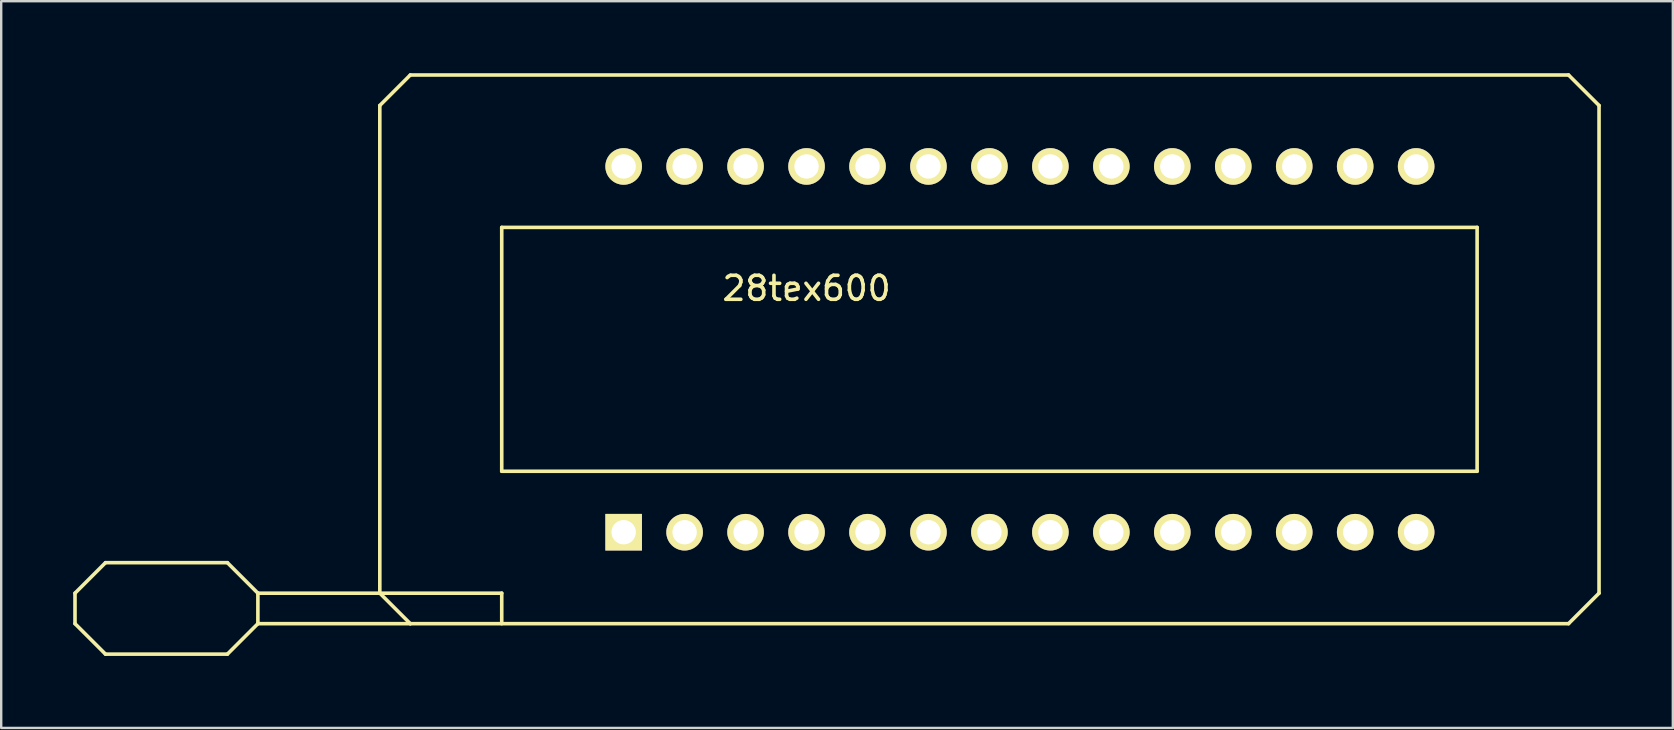
<source format=kicad_pcb>
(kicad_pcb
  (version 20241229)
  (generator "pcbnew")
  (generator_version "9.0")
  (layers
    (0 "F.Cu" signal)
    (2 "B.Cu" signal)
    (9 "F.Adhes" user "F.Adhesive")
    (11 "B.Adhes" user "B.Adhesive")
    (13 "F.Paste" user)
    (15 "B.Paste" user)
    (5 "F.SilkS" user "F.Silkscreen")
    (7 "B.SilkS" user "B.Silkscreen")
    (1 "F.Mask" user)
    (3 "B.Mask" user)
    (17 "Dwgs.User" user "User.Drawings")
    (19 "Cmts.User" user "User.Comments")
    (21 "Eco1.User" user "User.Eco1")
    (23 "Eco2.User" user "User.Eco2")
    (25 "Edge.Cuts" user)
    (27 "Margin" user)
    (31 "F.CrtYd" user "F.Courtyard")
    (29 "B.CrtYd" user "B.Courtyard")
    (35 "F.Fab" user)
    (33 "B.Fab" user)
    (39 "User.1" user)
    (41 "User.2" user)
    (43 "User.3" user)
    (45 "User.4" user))
  (footprint "28tex600"
    (layer "F.Cu")
    (at 38.226 11.505)
    (property "Reference" "28tex600" (at -7.671 -2.54 0) (layer "F.SilkS") (effects (font (size 1 1) (thickness 0.15))))
    (attr through_hole)
    (fp_line (start -38.151 10.16) (end -38.151 11.43) (stroke (width 0.15) (type solid)) (layer "F.SilkS"))
    (fp_line (start -38.151 11.43) (end -36.881 12.7) (stroke (width 0.15) (type solid)) (layer "F.SilkS"))
    (fp_line (start -36.881 8.89) (end -38.151 10.16) (stroke (width 0.15) (type solid)) (layer "F.SilkS"))
    (fp_line (start -31.801 8.89) (end -36.881 8.89) (stroke (width 0.15) (type solid)) (layer "F.SilkS"))
    (fp_line (start -31.801 12.7) (end -36.881 12.7) (stroke (width 0.15) (type solid)) (layer "F.SilkS"))
    (fp_line (start -31.801 12.7) (end -30.531 11.43) (stroke (width 0.15) (type solid)) (layer "F.SilkS"))
    (fp_line (start -30.531 10.16) (end -31.801 8.89) (stroke (width 0.15) (type solid)) (layer "F.SilkS"))
    (fp_line (start -30.531 10.16) (end -20.371 10.16) (stroke (width 0.15) (type solid)) (layer "F.SilkS"))
    (fp_line (start -30.531 11.43) (end -30.531 10.16) (stroke (width 0.15) (type solid)) (layer "F.SilkS"))
    (fp_line (start -30.531 11.43) (end -24.181 11.43) (stroke (width 0.15) (type solid)) (layer "F.SilkS"))
    (fp_line (start -25.451 -10.16) (end -25.451 10.16) (stroke (width 0.15) (type solid)) (layer "F.SilkS"))
    (fp_line (start -25.451 10.16) (end -24.181 11.43) (stroke (width 0.15) (type solid)) (layer "F.SilkS"))
    (fp_line (start -24.181 -11.43) (end -25.451 -10.16) (stroke (width 0.15) (type solid)) (layer "F.SilkS"))
    (fp_line (start -24.181 11.43) (end 24.079 11.43) (stroke (width 0.15) (type solid)) (layer "F.SilkS"))
    (fp_line (start -20.371 -5.08) (end -20.371 5.08) (stroke (width 0.15) (type solid)) (layer "F.SilkS"))
    (fp_line (start -20.371 5.08) (end 20.269 5.08) (stroke (width 0.15) (type solid)) (layer "F.SilkS"))
    (fp_line (start -20.371 10.16) (end -20.371 11.43) (stroke (width 0.15) (type solid)) (layer "F.SilkS"))
    (fp_line (start 20.269 -5.08) (end -20.371 -5.08) (stroke (width 0.15) (type solid)) (layer "F.SilkS"))
    (fp_line (start 20.269 5.08) (end 20.269 -5.08) (stroke (width 0.15) (type solid)) (layer "F.SilkS"))
    (fp_line (start 24.079 -11.43) (end -24.181 -11.43) (stroke (width 0.15) (type solid)) (layer "F.SilkS"))
    (fp_line (start 24.079 11.43) (end 25.349 10.16) (stroke (width 0.15) (type solid)) (layer "F.SilkS"))
    (fp_line (start 25.349 -10.16) (end 24.079 -11.43) (stroke (width 0.15) (type solid)) (layer "F.SilkS"))
    (fp_line (start 25.349 10.16) (end 25.349 -10.16) (stroke (width 0.15) (type solid)) (layer "F.SilkS"))
    (pad "1" thru_hole rect (at -15.291 7.62) (size 1.524 1.524) (drill 1.016) (layers "*.Cu" "*.Mask" "F.SilkS"))
    (pad "2" thru_hole circle (at -12.751 7.62) (size 1.524 1.524) (drill 1.016) (layers "*.Cu" "*.Mask" "F.SilkS"))
    (pad "3" thru_hole circle (at -10.211 7.62) (size 1.524 1.524) (drill 1.016) (layers "*.Cu" "*.Mask" "F.SilkS"))
    (pad "4" thru_hole circle (at -7.671 7.62) (size 1.524 1.524) (drill 1.016) (layers "*.Cu" "*.Mask" "F.SilkS"))
    (pad "5" thru_hole circle (at -5.131 7.62) (size 1.524 1.524) (drill 1.016) (layers "*.Cu" "*.Mask" "F.SilkS"))
    (pad "6" thru_hole circle (at -2.591 7.62) (size 1.524 1.524) (drill 1.016) (layers "*.Cu" "*.Mask" "F.SilkS"))
    (pad "7" thru_hole circle (at -0.051 7.62) (size 1.524 1.524) (drill 1.016) (layers "*.Cu" "*.Mask" "F.SilkS"))
    (pad "8" thru_hole circle (at 2.489 7.62) (size 1.524 1.524) (drill 1.016) (layers "*.Cu" "*.Mask" "F.SilkS"))
    (pad "9" thru_hole circle (at 5.029 7.62) (size 1.524 1.524) (drill 1.016) (layers "*.Cu" "*.Mask" "F.SilkS"))
    (pad "10" thru_hole circle (at 7.569 7.62) (size 1.524 1.524) (drill 1.016) (layers "*.Cu" "*.Mask" "F.SilkS"))
    (pad "11" thru_hole circle (at 10.109 7.62) (size 1.524 1.524) (drill 1.016) (layers "*.Cu" "*.Mask" "F.SilkS"))
    (pad "12" thru_hole circle (at 12.649 7.62) (size 1.524 1.524) (drill 1.016) (layers "*.Cu" "*.Mask" "F.SilkS"))
    (pad "13" thru_hole circle (at 15.189 7.62) (size 1.524 1.524) (drill 1.016) (layers "*.Cu" "*.Mask" "F.SilkS"))
    (pad "14" thru_hole circle (at 17.729 7.62) (size 1.524 1.524) (drill 1.016) (layers "*.Cu" "*.Mask" "F.SilkS"))
    (pad "15" thru_hole circle (at 17.729 -7.62) (size 1.524 1.524) (drill 1.016) (layers "*.Cu" "*.Mask" "F.SilkS"))
    (pad "16" thru_hole circle (at 15.189 -7.62) (size 1.524 1.524) (drill 1.016) (layers "*.Cu" "*.Mask" "F.SilkS"))
    (pad "17" thru_hole circle (at 12.649 -7.62) (size 1.524 1.524) (drill 1.016) (layers "*.Cu" "*.Mask" "F.SilkS"))
    (pad "18" thru_hole circle (at 10.109 -7.62) (size 1.524 1.524) (drill 1.016) (layers "*.Cu" "*.Mask" "F.SilkS"))
    (pad "19" thru_hole circle (at 7.569 -7.62) (size 1.524 1.524) (drill 1.016) (layers "*.Cu" "*.Mask" "F.SilkS"))
    (pad "20" thru_hole circle (at 5.029 -7.62) (size 1.524 1.524) (drill 1.016) (layers "*.Cu" "*.Mask" "F.SilkS"))
    (pad "21" thru_hole circle (at 2.489 -7.62) (size 1.524 1.524) (drill 1.016) (layers "*.Cu" "*.Mask" "F.SilkS"))
    (pad "22" thru_hole circle (at -0.051 -7.62) (size 1.524 1.524) (drill 1.016) (layers "*.Cu" "*.Mask" "F.SilkS"))
    (pad "23" thru_hole circle (at -2.591 -7.62) (size 1.524 1.524) (drill 1.016) (layers "*.Cu" "*.Mask" "F.SilkS"))
    (pad "24" thru_hole circle (at -5.131 -7.62) (size 1.524 1.524) (drill 1.016) (layers "*.Cu" "*.Mask" "F.SilkS"))
    (pad "25" thru_hole circle (at -7.671 -7.62) (size 1.524 1.524) (drill 1.016) (layers "*.Cu" "*.Mask" "F.SilkS"))
    (pad "26" thru_hole circle (at -10.211 -7.62) (size 1.524 1.524) (drill 1.016) (layers "*.Cu" "*.Mask" "F.SilkS"))
    (pad "27" thru_hole circle (at -12.751 -7.62) (size 1.524 1.524) (drill 1.016) (layers "*.Cu" "*.Mask" "F.SilkS"))
    (pad "28" thru_hole circle (at -15.291 -7.62) (size 1.524 1.524) (drill 1.016) (layers "*.Cu" "*.Mask" "F.SilkS")))
  (gr_rect
    (start -3 -3)
    (end 66.65 27.28)
    (stroke (width 0.1) (type default))
    (fill no)
    (layer "Edge.Cuts")))
</source>
